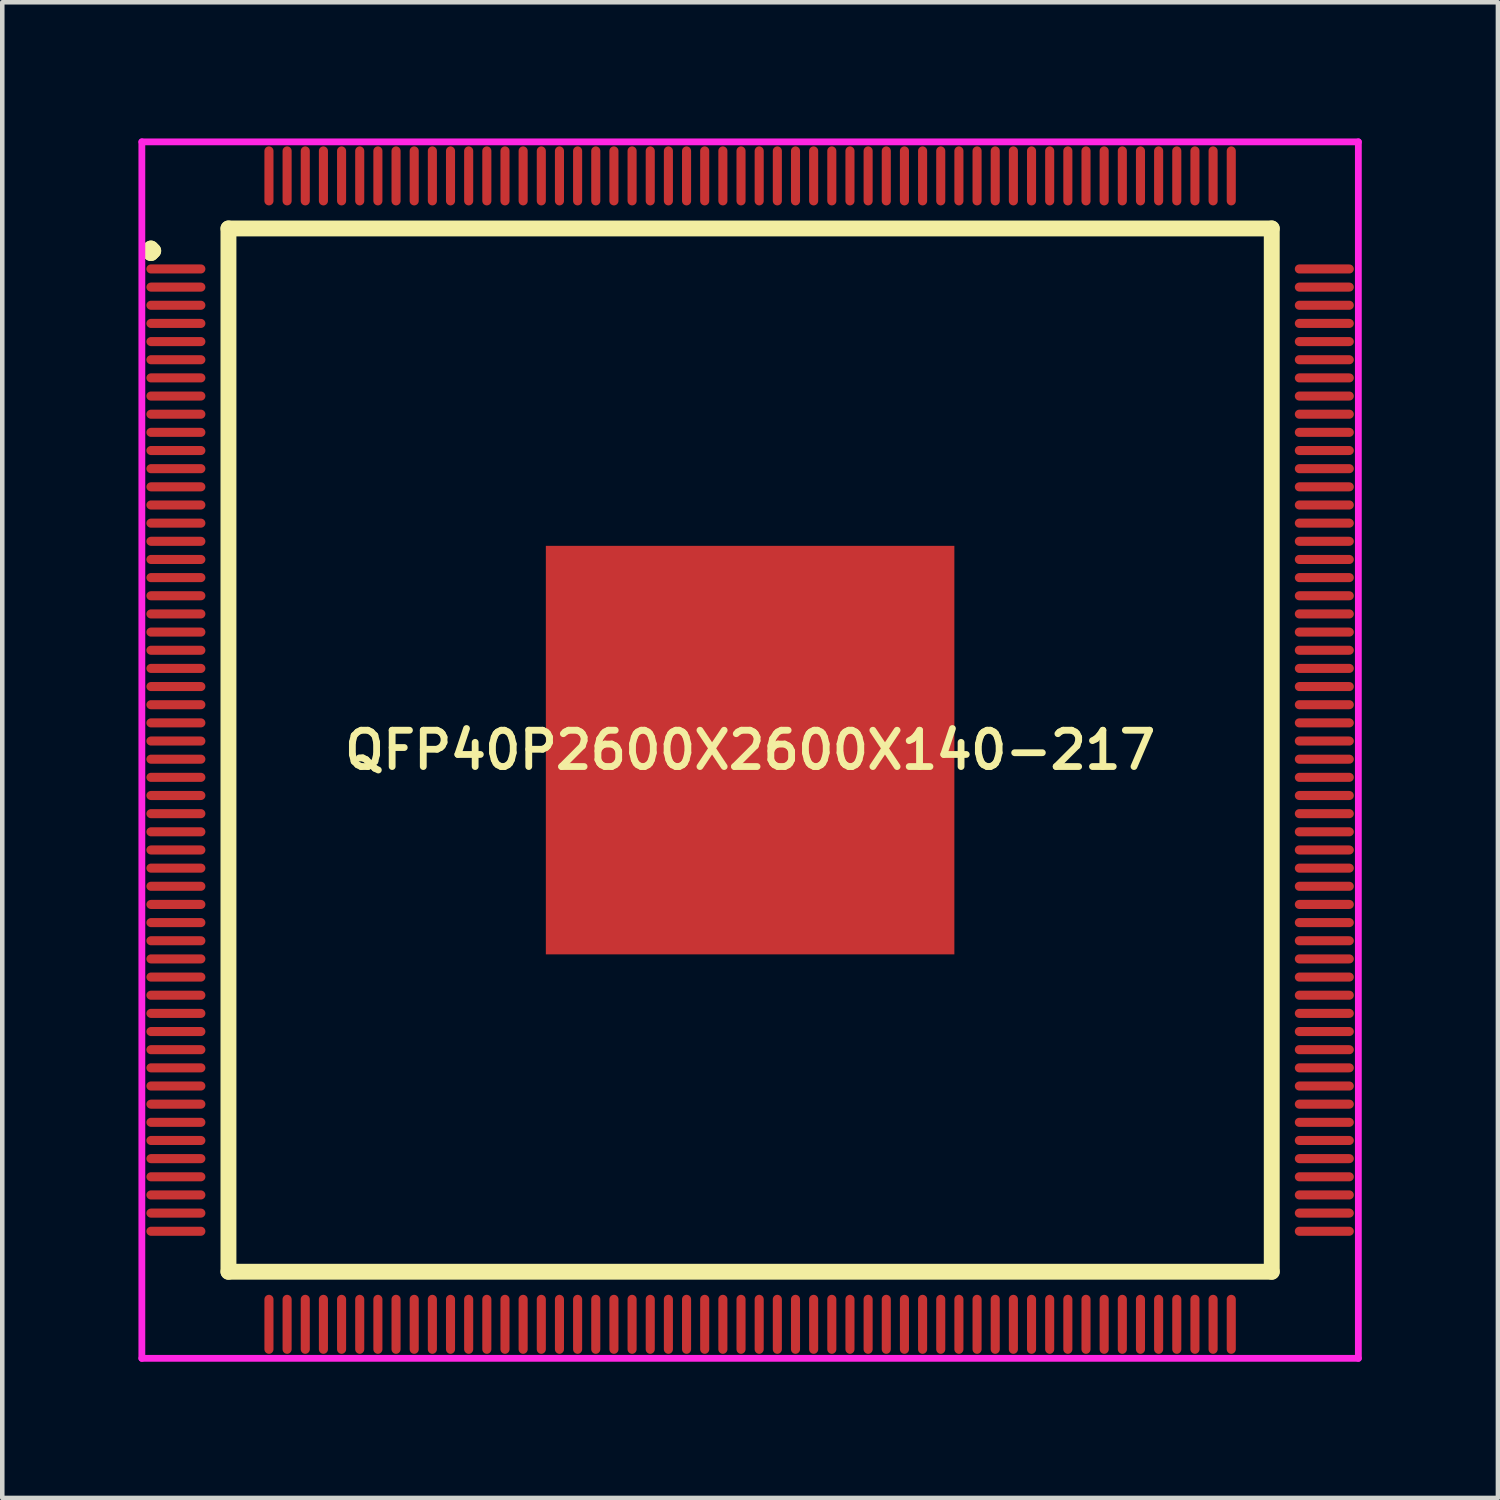
<source format=kicad_pcb>
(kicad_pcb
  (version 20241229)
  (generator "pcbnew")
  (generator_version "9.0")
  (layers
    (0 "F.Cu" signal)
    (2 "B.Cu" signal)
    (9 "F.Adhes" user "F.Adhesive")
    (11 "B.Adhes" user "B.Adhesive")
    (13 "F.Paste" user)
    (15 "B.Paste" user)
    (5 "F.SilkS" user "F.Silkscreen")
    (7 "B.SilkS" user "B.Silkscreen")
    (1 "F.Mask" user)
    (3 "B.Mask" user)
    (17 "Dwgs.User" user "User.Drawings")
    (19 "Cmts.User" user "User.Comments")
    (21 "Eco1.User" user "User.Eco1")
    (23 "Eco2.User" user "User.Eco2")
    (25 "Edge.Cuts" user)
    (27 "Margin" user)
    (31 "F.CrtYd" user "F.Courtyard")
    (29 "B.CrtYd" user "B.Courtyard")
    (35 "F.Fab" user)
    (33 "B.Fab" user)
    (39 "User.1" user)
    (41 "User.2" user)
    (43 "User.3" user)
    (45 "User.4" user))
  (footprint "QFP40P2600X2600X140-217"
    (layer "F.Cu")
    (at 13.475 13.475)
    (property "Reference" "QFP40P2600X2600X140-217" (at 0 0 0) (layer "F.SilkS") (effects (font (size 0.8 0.8) (thickness 0.15))))
    (attr smd)
    (fp_line (start -13.25 -11) (end -13.2 -11.05) (stroke (width 0.35) (type solid)) (layer "F.SilkS"))
    (fp_line (start -13.2 -11.05) (end -13.15 -11) (stroke (width 0.35) (type solid)) (layer "F.SilkS"))
    (fp_line (start -13.2 -10.95) (end -13.25 -11) (stroke (width 0.35) (type solid)) (layer "F.SilkS"))
    (fp_line (start -13.15 -11) (end -13.2 -10.95) (stroke (width 0.35) (type solid)) (layer "F.SilkS"))
    (fp_line (start -11.492 -11.492) (end -11.492 11.492) (stroke (width 0.35) (type solid)) (layer "F.SilkS"))
    (fp_line (start -11.492 11.492) (end 11.492 11.492) (stroke (width 0.35) (type solid)) (layer "F.SilkS"))
    (fp_line (start 11.492 -11.492) (end -11.492 -11.492) (stroke (width 0.35) (type solid)) (layer "F.SilkS"))
    (fp_line (start 11.492 11.492) (end 11.492 -11.492) (stroke (width 0.35) (type solid)) (layer "F.SilkS"))
    (fp_line (start -13.4 -13.4) (end 13.4 -13.4) (stroke (width 0.15) (type solid)) (layer "F.CrtYd"))
    (fp_line (start -13.4 13.4) (end -13.4 -13.4) (stroke (width 0.15) (type solid)) (layer "F.CrtYd"))
    (fp_line (start 13.4 -13.4) (end 13.4 13.4) (stroke (width 0.15) (type solid)) (layer "F.CrtYd"))
    (fp_line (start 13.4 13.4) (end -13.4 13.4) (stroke (width 0.15) (type solid)) (layer "F.CrtYd"))
    (pad "1" smd oval (at -12.65 -10.6) (size 1.3 0.2) (layers "F.Cu" "F.Mask" "F.Paste"))
    (pad "2" smd oval (at -12.65 -10.2) (size 1.3 0.2) (layers "F.Cu" "F.Mask" "F.Paste"))
    (pad "3" smd oval (at -12.65 -9.8) (size 1.3 0.2) (layers "F.Cu" "F.Mask" "F.Paste"))
    (pad "4" smd oval (at -12.65 -9.4) (size 1.3 0.2) (layers "F.Cu" "F.Mask" "F.Paste"))
    (pad "5" smd oval (at -12.65 -9) (size 1.3 0.2) (layers "F.Cu" "F.Mask" "F.Paste"))
    (pad "6" smd oval (at -12.65 -8.6) (size 1.3 0.2) (layers "F.Cu" "F.Mask" "F.Paste"))
    (pad "7" smd oval (at -12.65 -8.2) (size 1.3 0.2) (layers "F.Cu" "F.Mask" "F.Paste"))
    (pad "8" smd oval (at -12.65 -7.8) (size 1.3 0.2) (layers "F.Cu" "F.Mask" "F.Paste"))
    (pad "9" smd oval (at -12.65 -7.4) (size 1.3 0.2) (layers "F.Cu" "F.Mask" "F.Paste"))
    (pad "10" smd oval (at -12.65 -7) (size 1.3 0.2) (layers "F.Cu" "F.Mask" "F.Paste"))
    (pad "11" smd oval (at -12.65 -6.6) (size 1.3 0.2) (layers "F.Cu" "F.Mask" "F.Paste"))
    (pad "12" smd oval (at -12.65 -6.2) (size 1.3 0.2) (layers "F.Cu" "F.Mask" "F.Paste"))
    (pad "13" smd oval (at -12.65 -5.8) (size 1.3 0.2) (layers "F.Cu" "F.Mask" "F.Paste"))
    (pad "14" smd oval (at -12.65 -5.4) (size 1.3 0.2) (layers "F.Cu" "F.Mask" "F.Paste"))
    (pad "15" smd oval (at -12.65 -5) (size 1.3 0.2) (layers "F.Cu" "F.Mask" "F.Paste"))
    (pad "16" smd oval (at -12.65 -4.6) (size 1.3 0.2) (layers "F.Cu" "F.Mask" "F.Paste"))
    (pad "17" smd oval (at -12.65 -4.2) (size 1.3 0.2) (layers "F.Cu" "F.Mask" "F.Paste"))
    (pad "18" smd oval (at -12.65 -3.8) (size 1.3 0.2) (layers "F.Cu" "F.Mask" "F.Paste"))
    (pad "19" smd oval (at -12.65 -3.4) (size 1.3 0.2) (layers "F.Cu" "F.Mask" "F.Paste"))
    (pad "20" smd oval (at -12.65 -3) (size 1.3 0.2) (layers "F.Cu" "F.Mask" "F.Paste"))
    (pad "21" smd oval (at -12.65 -2.6) (size 1.3 0.2) (layers "F.Cu" "F.Mask" "F.Paste"))
    (pad "22" smd oval (at -12.65 -2.2) (size 1.3 0.2) (layers "F.Cu" "F.Mask" "F.Paste"))
    (pad "23" smd oval (at -12.65 -1.8) (size 1.3 0.2) (layers "F.Cu" "F.Mask" "F.Paste"))
    (pad "24" smd oval (at -12.65 -1.4) (size 1.3 0.2) (layers "F.Cu" "F.Mask" "F.Paste"))
    (pad "25" smd oval (at -12.65 -1) (size 1.3 0.2) (layers "F.Cu" "F.Mask" "F.Paste"))
    (pad "26" smd oval (at -12.65 -0.6) (size 1.3 0.2) (layers "F.Cu" "F.Mask" "F.Paste"))
    (pad "27" smd oval (at -12.65 -0.2) (size 1.3 0.2) (layers "F.Cu" "F.Mask" "F.Paste"))
    (pad "28" smd oval (at -12.65 0.2) (size 1.3 0.2) (layers "F.Cu" "F.Mask" "F.Paste"))
    (pad "29" smd oval (at -12.65 0.6) (size 1.3 0.2) (layers "F.Cu" "F.Mask" "F.Paste"))
    (pad "30" smd oval (at -12.65 1) (size 1.3 0.2) (layers "F.Cu" "F.Mask" "F.Paste"))
    (pad "31" smd oval (at -12.65 1.4) (size 1.3 0.2) (layers "F.Cu" "F.Mask" "F.Paste"))
    (pad "32" smd oval (at -12.65 1.8) (size 1.3 0.2) (layers "F.Cu" "F.Mask" "F.Paste"))
    (pad "33" smd oval (at -12.65 2.2) (size 1.3 0.2) (layers "F.Cu" "F.Mask" "F.Paste"))
    (pad "34" smd oval (at -12.65 2.6) (size 1.3 0.2) (layers "F.Cu" "F.Mask" "F.Paste"))
    (pad "35" smd oval (at -12.65 3) (size 1.3 0.2) (layers "F.Cu" "F.Mask" "F.Paste"))
    (pad "36" smd oval (at -12.65 3.4) (size 1.3 0.2) (layers "F.Cu" "F.Mask" "F.Paste"))
    (pad "37" smd oval (at -12.65 3.8) (size 1.3 0.2) (layers "F.Cu" "F.Mask" "F.Paste"))
    (pad "38" smd oval (at -12.65 4.2) (size 1.3 0.2) (layers "F.Cu" "F.Mask" "F.Paste"))
    (pad "39" smd oval (at -12.65 4.6) (size 1.3 0.2) (layers "F.Cu" "F.Mask" "F.Paste"))
    (pad "40" smd oval (at -12.65 5) (size 1.3 0.2) (layers "F.Cu" "F.Mask" "F.Paste"))
    (pad "41" smd oval (at -12.65 5.4) (size 1.3 0.2) (layers "F.Cu" "F.Mask" "F.Paste"))
    (pad "42" smd oval (at -12.65 5.8) (size 1.3 0.2) (layers "F.Cu" "F.Mask" "F.Paste"))
    (pad "43" smd oval (at -12.65 6.2) (size 1.3 0.2) (layers "F.Cu" "F.Mask" "F.Paste"))
    (pad "44" smd oval (at -12.65 6.6) (size 1.3 0.2) (layers "F.Cu" "F.Mask" "F.Paste"))
    (pad "45" smd oval (at -12.65 7) (size 1.3 0.2) (layers "F.Cu" "F.Mask" "F.Paste"))
    (pad "46" smd oval (at -12.65 7.4) (size 1.3 0.2) (layers "F.Cu" "F.Mask" "F.Paste"))
    (pad "47" smd oval (at -12.65 7.8) (size 1.3 0.2) (layers "F.Cu" "F.Mask" "F.Paste"))
    (pad "48" smd oval (at -12.65 8.2) (size 1.3 0.2) (layers "F.Cu" "F.Mask" "F.Paste"))
    (pad "49" smd oval (at -12.65 8.6) (size 1.3 0.2) (layers "F.Cu" "F.Mask" "F.Paste"))
    (pad "50" smd oval (at -12.65 9) (size 1.3 0.2) (layers "F.Cu" "F.Mask" "F.Paste"))
    (pad "51" smd oval (at -12.65 9.4) (size 1.3 0.2) (layers "F.Cu" "F.Mask" "F.Paste"))
    (pad "52" smd oval (at -12.65 9.8) (size 1.3 0.2) (layers "F.Cu" "F.Mask" "F.Paste"))
    (pad "53" smd oval (at -12.65 10.2) (size 1.3 0.2) (layers "F.Cu" "F.Mask" "F.Paste"))
    (pad "54" smd oval (at -12.65 10.6) (size 1.3 0.2) (layers "F.Cu" "F.Mask" "F.Paste"))
    (pad "55" smd oval (at -10.6 12.65) (size 0.2 1.3) (layers "F.Cu" "F.Mask" "F.Paste"))
    (pad "56" smd oval (at -10.2 12.65) (size 0.2 1.3) (layers "F.Cu" "F.Mask" "F.Paste"))
    (pad "57" smd oval (at -9.8 12.65) (size 0.2 1.3) (layers "F.Cu" "F.Mask" "F.Paste"))
    (pad "58" smd oval (at -9.4 12.65) (size 0.2 1.3) (layers "F.Cu" "F.Mask" "F.Paste"))
    (pad "59" smd oval (at -9 12.65) (size 0.2 1.3) (layers "F.Cu" "F.Mask" "F.Paste"))
    (pad "60" smd oval (at -8.6 12.65) (size 0.2 1.3) (layers "F.Cu" "F.Mask" "F.Paste"))
    (pad "61" smd oval (at -8.2 12.65) (size 0.2 1.3) (layers "F.Cu" "F.Mask" "F.Paste"))
    (pad "62" smd oval (at -7.8 12.65) (size 0.2 1.3) (layers "F.Cu" "F.Mask" "F.Paste"))
    (pad "63" smd oval (at -7.4 12.65) (size 0.2 1.3) (layers "F.Cu" "F.Mask" "F.Paste"))
    (pad "64" smd oval (at -7 12.65) (size 0.2 1.3) (layers "F.Cu" "F.Mask" "F.Paste"))
    (pad "65" smd oval (at -6.6 12.65) (size 0.2 1.3) (layers "F.Cu" "F.Mask" "F.Paste"))
    (pad "66" smd oval (at -6.2 12.65) (size 0.2 1.3) (layers "F.Cu" "F.Mask" "F.Paste"))
    (pad "67" smd oval (at -5.8 12.65) (size 0.2 1.3) (layers "F.Cu" "F.Mask" "F.Paste"))
    (pad "68" smd oval (at -5.4 12.65) (size 0.2 1.3) (layers "F.Cu" "F.Mask" "F.Paste"))
    (pad "69" smd oval (at -5 12.65) (size 0.2 1.3) (layers "F.Cu" "F.Mask" "F.Paste"))
    (pad "70" smd oval (at -4.6 12.65) (size 0.2 1.3) (layers "F.Cu" "F.Mask" "F.Paste"))
    (pad "71" smd oval (at -4.2 12.65) (size 0.2 1.3) (layers "F.Cu" "F.Mask" "F.Paste"))
    (pad "72" smd oval (at -3.8 12.65) (size 0.2 1.3) (layers "F.Cu" "F.Mask" "F.Paste"))
    (pad "73" smd oval (at -3.4 12.65) (size 0.2 1.3) (layers "F.Cu" "F.Mask" "F.Paste"))
    (pad "74" smd oval (at -3 12.65) (size 0.2 1.3) (layers "F.Cu" "F.Mask" "F.Paste"))
    (pad "75" smd oval (at -2.6 12.65) (size 0.2 1.3) (layers "F.Cu" "F.Mask" "F.Paste"))
    (pad "76" smd oval (at -2.2 12.65) (size 0.2 1.3) (layers "F.Cu" "F.Mask" "F.Paste"))
    (pad "77" smd oval (at -1.8 12.65) (size 0.2 1.3) (layers "F.Cu" "F.Mask" "F.Paste"))
    (pad "78" smd oval (at -1.4 12.65) (size 0.2 1.3) (layers "F.Cu" "F.Mask" "F.Paste"))
    (pad "79" smd oval (at -1 12.65) (size 0.2 1.3) (layers "F.Cu" "F.Mask" "F.Paste"))
    (pad "80" smd oval (at -0.6 12.65) (size 0.2 1.3) (layers "F.Cu" "F.Mask" "F.Paste"))
    (pad "81" smd oval (at -0.2 12.65) (size 0.2 1.3) (layers "F.Cu" "F.Mask" "F.Paste"))
    (pad "82" smd oval (at 0.2 12.65) (size 0.2 1.3) (layers "F.Cu" "F.Mask" "F.Paste"))
    (pad "83" smd oval (at 0.6 12.65) (size 0.2 1.3) (layers "F.Cu" "F.Mask" "F.Paste"))
    (pad "84" smd oval (at 1 12.65) (size 0.2 1.3) (layers "F.Cu" "F.Mask" "F.Paste"))
    (pad "85" smd oval (at 1.4 12.65) (size 0.2 1.3) (layers "F.Cu" "F.Mask" "F.Paste"))
    (pad "86" smd oval (at 1.8 12.65) (size 0.2 1.3) (layers "F.Cu" "F.Mask" "F.Paste"))
    (pad "87" smd oval (at 2.2 12.65) (size 0.2 1.3) (layers "F.Cu" "F.Mask" "F.Paste"))
    (pad "88" smd oval (at 2.6 12.65) (size 0.2 1.3) (layers "F.Cu" "F.Mask" "F.Paste"))
    (pad "89" smd oval (at 3 12.65) (size 0.2 1.3) (layers "F.Cu" "F.Mask" "F.Paste"))
    (pad "90" smd oval (at 3.4 12.65) (size 0.2 1.3) (layers "F.Cu" "F.Mask" "F.Paste"))
    (pad "91" smd oval (at 3.8 12.65) (size 0.2 1.3) (layers "F.Cu" "F.Mask" "F.Paste"))
    (pad "92" smd oval (at 4.2 12.65) (size 0.2 1.3) (layers "F.Cu" "F.Mask" "F.Paste"))
    (pad "93" smd oval (at 4.6 12.65) (size 0.2 1.3) (layers "F.Cu" "F.Mask" "F.Paste"))
    (pad "94" smd oval (at 5 12.65) (size 0.2 1.3) (layers "F.Cu" "F.Mask" "F.Paste"))
    (pad "95" smd oval (at 5.4 12.65) (size 0.2 1.3) (layers "F.Cu" "F.Mask" "F.Paste"))
    (pad "96" smd oval (at 5.8 12.65) (size 0.2 1.3) (layers "F.Cu" "F.Mask" "F.Paste"))
    (pad "97" smd oval (at 6.2 12.65) (size 0.2 1.3) (layers "F.Cu" "F.Mask" "F.Paste"))
    (pad "98" smd oval (at 6.6 12.65) (size 0.2 1.3) (layers "F.Cu" "F.Mask" "F.Paste"))
    (pad "99" smd oval (at 7 12.65) (size 0.2 1.3) (layers "F.Cu" "F.Mask" "F.Paste"))
    (pad "100" smd oval (at 7.4 12.65) (size 0.2 1.3) (layers "F.Cu" "F.Mask" "F.Paste"))
    (pad "101" smd oval (at 7.8 12.65) (size 0.2 1.3) (layers "F.Cu" "F.Mask" "F.Paste"))
    (pad "102" smd oval (at 8.2 12.65) (size 0.2 1.3) (layers "F.Cu" "F.Mask" "F.Paste"))
    (pad "103" smd oval (at 8.6 12.65) (size 0.2 1.3) (layers "F.Cu" "F.Mask" "F.Paste"))
    (pad "104" smd oval (at 9 12.65) (size 0.2 1.3) (layers "F.Cu" "F.Mask" "F.Paste"))
    (pad "105" smd oval (at 9.4 12.65) (size 0.2 1.3) (layers "F.Cu" "F.Mask" "F.Paste"))
    (pad "106" smd oval (at 9.8 12.65) (size 0.2 1.3) (layers "F.Cu" "F.Mask" "F.Paste"))
    (pad "107" smd oval (at 10.2 12.65) (size 0.2 1.3) (layers "F.Cu" "F.Mask" "F.Paste"))
    (pad "108" smd oval (at 10.6 12.65) (size 0.2 1.3) (layers "F.Cu" "F.Mask" "F.Paste"))
    (pad "109" smd oval (at 12.65 10.6) (size 1.3 0.2) (layers "F.Cu" "F.Mask" "F.Paste"))
    (pad "110" smd oval (at 12.65 10.2) (size 1.3 0.2) (layers "F.Cu" "F.Mask" "F.Paste"))
    (pad "111" smd oval (at 12.65 9.8) (size 1.3 0.2) (layers "F.Cu" "F.Mask" "F.Paste"))
    (pad "112" smd oval (at 12.65 9.4) (size 1.3 0.2) (layers "F.Cu" "F.Mask" "F.Paste"))
    (pad "113" smd oval (at 12.65 9) (size 1.3 0.2) (layers "F.Cu" "F.Mask" "F.Paste"))
    (pad "114" smd oval (at 12.65 8.6) (size 1.3 0.2) (layers "F.Cu" "F.Mask" "F.Paste"))
    (pad "115" smd oval (at 12.65 8.2) (size 1.3 0.2) (layers "F.Cu" "F.Mask" "F.Paste"))
    (pad "116" smd oval (at 12.65 7.8) (size 1.3 0.2) (layers "F.Cu" "F.Mask" "F.Paste"))
    (pad "117" smd oval (at 12.65 7.4) (size 1.3 0.2) (layers "F.Cu" "F.Mask" "F.Paste"))
    (pad "118" smd oval (at 12.65 7) (size 1.3 0.2) (layers "F.Cu" "F.Mask" "F.Paste"))
    (pad "119" smd oval (at 12.65 6.6) (size 1.3 0.2) (layers "F.Cu" "F.Mask" "F.Paste"))
    (pad "120" smd oval (at 12.65 6.2) (size 1.3 0.2) (layers "F.Cu" "F.Mask" "F.Paste"))
    (pad "121" smd oval (at 12.65 5.8) (size 1.3 0.2) (layers "F.Cu" "F.Mask" "F.Paste"))
    (pad "122" smd oval (at 12.65 5.4) (size 1.3 0.2) (layers "F.Cu" "F.Mask" "F.Paste"))
    (pad "123" smd oval (at 12.65 5) (size 1.3 0.2) (layers "F.Cu" "F.Mask" "F.Paste"))
    (pad "124" smd oval (at 12.65 4.6) (size 1.3 0.2) (layers "F.Cu" "F.Mask" "F.Paste"))
    (pad "125" smd oval (at 12.65 4.2) (size 1.3 0.2) (layers "F.Cu" "F.Mask" "F.Paste"))
    (pad "126" smd oval (at 12.65 3.8) (size 1.3 0.2) (layers "F.Cu" "F.Mask" "F.Paste"))
    (pad "127" smd oval (at 12.65 3.4) (size 1.3 0.2) (layers "F.Cu" "F.Mask" "F.Paste"))
    (pad "128" smd oval (at 12.65 3) (size 1.3 0.2) (layers "F.Cu" "F.Mask" "F.Paste"))
    (pad "129" smd oval (at 12.65 2.6) (size 1.3 0.2) (layers "F.Cu" "F.Mask" "F.Paste"))
    (pad "130" smd oval (at 12.65 2.2) (size 1.3 0.2) (layers "F.Cu" "F.Mask" "F.Paste"))
    (pad "131" smd oval (at 12.65 1.8) (size 1.3 0.2) (layers "F.Cu" "F.Mask" "F.Paste"))
    (pad "132" smd oval (at 12.65 1.4) (size 1.3 0.2) (layers "F.Cu" "F.Mask" "F.Paste"))
    (pad "133" smd oval (at 12.65 1) (size 1.3 0.2) (layers "F.Cu" "F.Mask" "F.Paste"))
    (pad "134" smd oval (at 12.65 0.6) (size 1.3 0.2) (layers "F.Cu" "F.Mask" "F.Paste"))
    (pad "135" smd oval (at 12.65 0.2) (size 1.3 0.2) (layers "F.Cu" "F.Mask" "F.Paste"))
    (pad "136" smd oval (at 12.65 -0.2) (size 1.3 0.2) (layers "F.Cu" "F.Mask" "F.Paste"))
    (pad "137" smd oval (at 12.65 -0.6) (size 1.3 0.2) (layers "F.Cu" "F.Mask" "F.Paste"))
    (pad "138" smd oval (at 12.65 -1) (size 1.3 0.2) (layers "F.Cu" "F.Mask" "F.Paste"))
    (pad "139" smd oval (at 12.65 -1.4) (size 1.3 0.2) (layers "F.Cu" "F.Mask" "F.Paste"))
    (pad "140" smd oval (at 12.65 -1.8) (size 1.3 0.2) (layers "F.Cu" "F.Mask" "F.Paste"))
    (pad "141" smd oval (at 12.65 -2.2) (size 1.3 0.2) (layers "F.Cu" "F.Mask" "F.Paste"))
    (pad "142" smd oval (at 12.65 -2.6) (size 1.3 0.2) (layers "F.Cu" "F.Mask" "F.Paste"))
    (pad "143" smd oval (at 12.65 -3) (size 1.3 0.2) (layers "F.Cu" "F.Mask" "F.Paste"))
    (pad "144" smd oval (at 12.65 -3.4) (size 1.3 0.2) (layers "F.Cu" "F.Mask" "F.Paste"))
    (pad "145" smd oval (at 12.65 -3.8) (size 1.3 0.2) (layers "F.Cu" "F.Mask" "F.Paste"))
    (pad "146" smd oval (at 12.65 -4.2) (size 1.3 0.2) (layers "F.Cu" "F.Mask" "F.Paste"))
    (pad "147" smd oval (at 12.65 -4.6) (size 1.3 0.2) (layers "F.Cu" "F.Mask" "F.Paste"))
    (pad "148" smd oval (at 12.65 -5) (size 1.3 0.2) (layers "F.Cu" "F.Mask" "F.Paste"))
    (pad "149" smd oval (at 12.65 -5.4) (size 1.3 0.2) (layers "F.Cu" "F.Mask" "F.Paste"))
    (pad "150" smd oval (at 12.65 -5.8) (size 1.3 0.2) (layers "F.Cu" "F.Mask" "F.Paste"))
    (pad "151" smd oval (at 12.65 -6.2) (size 1.3 0.2) (layers "F.Cu" "F.Mask" "F.Paste"))
    (pad "152" smd oval (at 12.65 -6.6) (size 1.3 0.2) (layers "F.Cu" "F.Mask" "F.Paste"))
    (pad "153" smd oval (at 12.65 -7) (size 1.3 0.2) (layers "F.Cu" "F.Mask" "F.Paste"))
    (pad "154" smd oval (at 12.65 -7.4) (size 1.3 0.2) (layers "F.Cu" "F.Mask" "F.Paste"))
    (pad "155" smd oval (at 12.65 -7.8) (size 1.3 0.2) (layers "F.Cu" "F.Mask" "F.Paste"))
    (pad "156" smd oval (at 12.65 -8.2) (size 1.3 0.2) (layers "F.Cu" "F.Mask" "F.Paste"))
    (pad "157" smd oval (at 12.65 -8.6) (size 1.3 0.2) (layers "F.Cu" "F.Mask" "F.Paste"))
    (pad "158" smd oval (at 12.65 -9) (size 1.3 0.2) (layers "F.Cu" "F.Mask" "F.Paste"))
    (pad "159" smd oval (at 12.65 -9.4) (size 1.3 0.2) (layers "F.Cu" "F.Mask" "F.Paste"))
    (pad "160" smd oval (at 12.65 -9.8) (size 1.3 0.2) (layers "F.Cu" "F.Mask" "F.Paste"))
    (pad "161" smd oval (at 12.65 -10.2) (size 1.3 0.2) (layers "F.Cu" "F.Mask" "F.Paste"))
    (pad "162" smd oval (at 12.65 -10.6) (size 1.3 0.2) (layers "F.Cu" "F.Mask" "F.Paste"))
    (pad "163" smd oval (at 10.6 -12.65) (size 0.2 1.3) (layers "F.Cu" "F.Mask" "F.Paste"))
    (pad "164" smd oval (at 10.2 -12.65) (size 0.2 1.3) (layers "F.Cu" "F.Mask" "F.Paste"))
    (pad "165" smd oval (at 9.8 -12.65) (size 0.2 1.3) (layers "F.Cu" "F.Mask" "F.Paste"))
    (pad "166" smd oval (at 9.4 -12.65) (size 0.2 1.3) (layers "F.Cu" "F.Mask" "F.Paste"))
    (pad "167" smd oval (at 9 -12.65) (size 0.2 1.3) (layers "F.Cu" "F.Mask" "F.Paste"))
    (pad "168" smd oval (at 8.6 -12.65) (size 0.2 1.3) (layers "F.Cu" "F.Mask" "F.Paste"))
    (pad "169" smd oval (at 8.2 -12.65) (size 0.2 1.3) (layers "F.Cu" "F.Mask" "F.Paste"))
    (pad "170" smd oval (at 7.8 -12.65) (size 0.2 1.3) (layers "F.Cu" "F.Mask" "F.Paste"))
    (pad "171" smd oval (at 7.4 -12.65) (size 0.2 1.3) (layers "F.Cu" "F.Mask" "F.Paste"))
    (pad "172" smd oval (at 7 -12.65) (size 0.2 1.3) (layers "F.Cu" "F.Mask" "F.Paste"))
    (pad "173" smd oval (at 6.6 -12.65) (size 0.2 1.3) (layers "F.Cu" "F.Mask" "F.Paste"))
    (pad "174" smd oval (at 6.2 -12.65) (size 0.2 1.3) (layers "F.Cu" "F.Mask" "F.Paste"))
    (pad "175" smd oval (at 5.8 -12.65) (size 0.2 1.3) (layers "F.Cu" "F.Mask" "F.Paste"))
    (pad "176" smd oval (at 5.4 -12.65) (size 0.2 1.3) (layers "F.Cu" "F.Mask" "F.Paste"))
    (pad "177" smd oval (at 5 -12.65) (size 0.2 1.3) (layers "F.Cu" "F.Mask" "F.Paste"))
    (pad "178" smd oval (at 4.6 -12.65) (size 0.2 1.3) (layers "F.Cu" "F.Mask" "F.Paste"))
    (pad "179" smd oval (at 4.2 -12.65) (size 0.2 1.3) (layers "F.Cu" "F.Mask" "F.Paste"))
    (pad "180" smd oval (at 3.8 -12.65) (size 0.2 1.3) (layers "F.Cu" "F.Mask" "F.Paste"))
    (pad "181" smd oval (at 3.4 -12.65) (size 0.2 1.3) (layers "F.Cu" "F.Mask" "F.Paste"))
    (pad "182" smd oval (at 3 -12.65) (size 0.2 1.3) (layers "F.Cu" "F.Mask" "F.Paste"))
    (pad "183" smd oval (at 2.6 -12.65) (size 0.2 1.3) (layers "F.Cu" "F.Mask" "F.Paste"))
    (pad "184" smd oval (at 2.2 -12.65) (size 0.2 1.3) (layers "F.Cu" "F.Mask" "F.Paste"))
    (pad "185" smd oval (at 1.8 -12.65) (size 0.2 1.3) (layers "F.Cu" "F.Mask" "F.Paste"))
    (pad "186" smd oval (at 1.4 -12.65) (size 0.2 1.3) (layers "F.Cu" "F.Mask" "F.Paste"))
    (pad "187" smd oval (at 1 -12.65) (size 0.2 1.3) (layers "F.Cu" "F.Mask" "F.Paste"))
    (pad "188" smd oval (at 0.6 -12.65) (size 0.2 1.3) (layers "F.Cu" "F.Mask" "F.Paste"))
    (pad "189" smd oval (at 0.2 -12.65) (size 0.2 1.3) (layers "F.Cu" "F.Mask" "F.Paste"))
    (pad "190" smd oval (at -0.2 -12.65) (size 0.2 1.3) (layers "F.Cu" "F.Mask" "F.Paste"))
    (pad "191" smd oval (at -0.6 -12.65) (size 0.2 1.3) (layers "F.Cu" "F.Mask" "F.Paste"))
    (pad "192" smd oval (at -1 -12.65) (size 0.2 1.3) (layers "F.Cu" "F.Mask" "F.Paste"))
    (pad "193" smd oval (at -1.4 -12.65) (size 0.2 1.3) (layers "F.Cu" "F.Mask" "F.Paste"))
    (pad "194" smd oval (at -1.8 -12.65) (size 0.2 1.3) (layers "F.Cu" "F.Mask" "F.Paste"))
    (pad "195" smd oval (at -2.2 -12.65) (size 0.2 1.3) (layers "F.Cu" "F.Mask" "F.Paste"))
    (pad "196" smd oval (at -2.6 -12.65) (size 0.2 1.3) (layers "F.Cu" "F.Mask" "F.Paste"))
    (pad "197" smd oval (at -3 -12.65) (size 0.2 1.3) (layers "F.Cu" "F.Mask" "F.Paste"))
    (pad "198" smd oval (at -3.4 -12.65) (size 0.2 1.3) (layers "F.Cu" "F.Mask" "F.Paste"))
    (pad "199" smd oval (at -3.8 -12.65) (size 0.2 1.3) (layers "F.Cu" "F.Mask" "F.Paste"))
    (pad "200" smd oval (at -4.2 -12.65) (size 0.2 1.3) (layers "F.Cu" "F.Mask" "F.Paste"))
    (pad "201" smd oval (at -4.6 -12.65) (size 0.2 1.3) (layers "F.Cu" "F.Mask" "F.Paste"))
    (pad "202" smd oval (at -5 -12.65) (size 0.2 1.3) (layers "F.Cu" "F.Mask" "F.Paste"))
    (pad "203" smd oval (at -5.4 -12.65) (size 0.2 1.3) (layers "F.Cu" "F.Mask" "F.Paste"))
    (pad "204" smd oval (at -5.8 -12.65) (size 0.2 1.3) (layers "F.Cu" "F.Mask" "F.Paste"))
    (pad "205" smd oval (at -6.2 -12.65) (size 0.2 1.3) (layers "F.Cu" "F.Mask" "F.Paste"))
    (pad "206" smd oval (at -6.6 -12.65) (size 0.2 1.3) (layers "F.Cu" "F.Mask" "F.Paste"))
    (pad "207" smd oval (at -7 -12.65) (size 0.2 1.3) (layers "F.Cu" "F.Mask" "F.Paste"))
    (pad "208" smd oval (at -7.4 -12.65) (size 0.2 1.3) (layers "F.Cu" "F.Mask" "F.Paste"))
    (pad "209" smd oval (at -7.8 -12.65) (size 0.2 1.3) (layers "F.Cu" "F.Mask" "F.Paste"))
    (pad "210" smd oval (at -8.2 -12.65) (size 0.2 1.3) (layers "F.Cu" "F.Mask" "F.Paste"))
    (pad "211" smd oval (at -8.6 -12.65) (size 0.2 1.3) (layers "F.Cu" "F.Mask" "F.Paste"))
    (pad "212" smd oval (at -9 -12.65) (size 0.2 1.3) (layers "F.Cu" "F.Mask" "F.Paste"))
    (pad "213" smd oval (at -9.4 -12.65) (size 0.2 1.3) (layers "F.Cu" "F.Mask" "F.Paste"))
    (pad "214" smd oval (at -9.8 -12.65) (size 0.2 1.3) (layers "F.Cu" "F.Mask" "F.Paste"))
    (pad "215" smd oval (at -10.2 -12.65) (size 0.2 1.3) (layers "F.Cu" "F.Mask" "F.Paste"))
    (pad "216" smd oval (at -10.6 -12.65) (size 0.2 1.3) (layers "F.Cu" "F.Mask" "F.Paste"))
    (pad "217" smd rect (at 0 0) (size 9 9) (layers "F.Cu" "F.Mask" "F.Paste")))
  (gr_rect
    (start -3 -3)
    (end 29.95 29.95)
    (stroke (width 0.1) (type default))
    (fill no)
    (layer "Edge.Cuts")))
</source>
